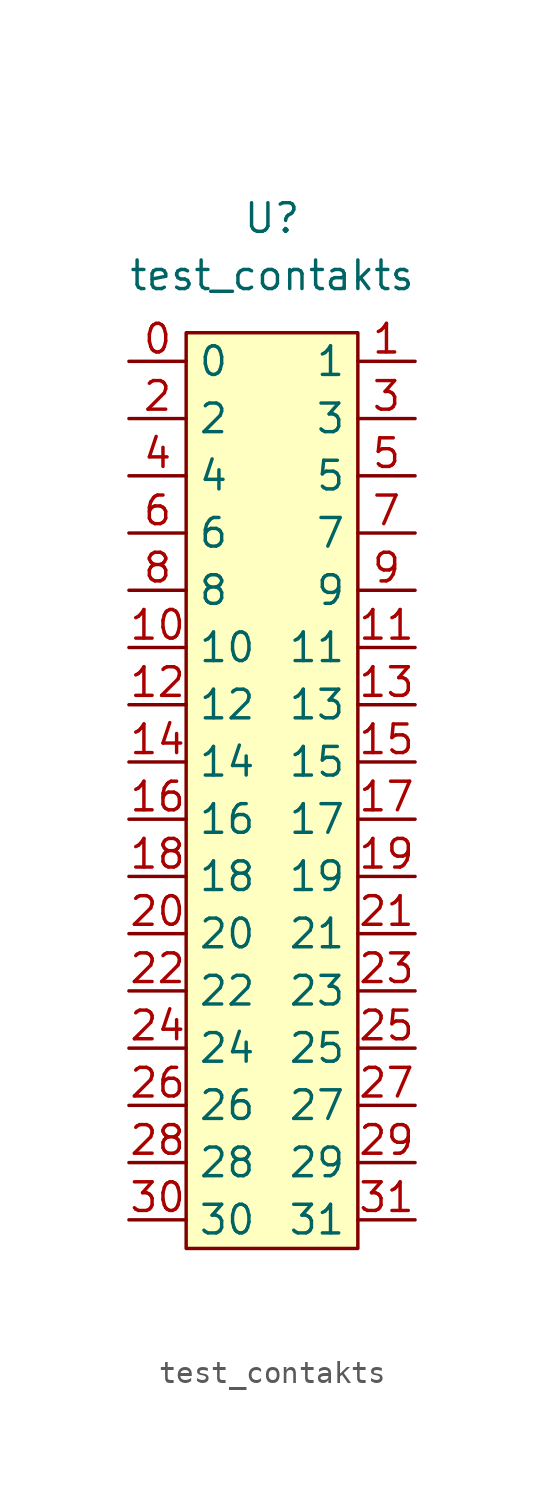
<source format=kicad_sym>
(kicad_symbol_lib
  (version 20211014)
  (generator kicad_symbol_editor)
  (symbol "test_contakts"
    (property "Reference" "U"
      (at 0 5.08 0)
      (effects (font (size 1.27 1.27))))
    (property "Value" "test_contakts"
      (at 0 2.54 0)
      (effects (font (size 1.27 1.27))))
    (symbol "test_contakts_0_1"
      (rectangle (start -3.81 0) (end 3.81 -40.64) (stroke (width 0) (type default) (color 0 0 0 0)) (fill (type background))))
    (symbol "test_contakts_1_1"
      (pin passive line (at -6.35 -1.27 0) (length 2.54) (name "0" (effects (font (size 1.27 1.27)))) (number "0" (effects (font (size 1.27 1.27)))))
      (pin passive line (at 6.35 -1.27 180) (length 2.54) (name "1" (effects (font (size 1.27 1.27)))) (number "1" (effects (font (size 1.27 1.27)))))
      (pin passive line (at -6.35 -13.97 0) (length 2.54) (name "10" (effects (font (size 1.27 1.27)))) (number "10" (effects (font (size 1.27 1.27)))))
      (pin passive line (at 6.35 -13.97 180) (length 2.54) (name "11" (effects (font (size 1.27 1.27)))) (number "11" (effects (font (size 1.27 1.27)))))
      (pin passive line (at -6.35 -16.51 0) (length 2.54) (name "12" (effects (font (size 1.27 1.27)))) (number "12" (effects (font (size 1.27 1.27)))))
      (pin passive line (at 6.35 -16.51 180) (length 2.54) (name "13" (effects (font (size 1.27 1.27)))) (number "13" (effects (font (size 1.27 1.27)))))
      (pin passive line (at -6.35 -19.05 0) (length 2.54) (name "14" (effects (font (size 1.27 1.27)))) (number "14" (effects (font (size 1.27 1.27)))))
      (pin passive line (at 6.35 -19.05 180) (length 2.54) (name "15" (effects (font (size 1.27 1.27)))) (number "15" (effects (font (size 1.27 1.27)))))
      (pin passive line (at -6.35 -21.59 0) (length 2.54) (name "16" (effects (font (size 1.27 1.27)))) (number "16" (effects (font (size 1.27 1.27)))))
      (pin passive line (at 6.35 -21.59 180) (length 2.54) (name "17" (effects (font (size 1.27 1.27)))) (number "17" (effects (font (size 1.27 1.27)))))
      (pin passive line (at -6.35 -24.13 0) (length 2.54) (name "18" (effects (font (size 1.27 1.27)))) (number "18" (effects (font (size 1.27 1.27)))))
      (pin passive line (at 6.35 -24.13 180) (length 2.54) (name "19" (effects (font (size 1.27 1.27)))) (number "19" (effects (font (size 1.27 1.27)))))
      (pin passive line (at -6.35 -3.81 0) (length 2.54) (name "2" (effects (font (size 1.27 1.27)))) (number "2" (effects (font (size 1.27 1.27)))))
      (pin passive line (at -6.35 -26.67 0) (length 2.54) (name "20" (effects (font (size 1.27 1.27)))) (number "20" (effects (font (size 1.27 1.27)))))
      (pin passive line (at 6.35 -26.67 180) (length 2.54) (name "21" (effects (font (size 1.27 1.27)))) (number "21" (effects (font (size 1.27 1.27)))))
      (pin passive line (at -6.35 -29.21 0) (length 2.54) (name "22" (effects (font (size 1.27 1.27)))) (number "22" (effects (font (size 1.27 1.27)))))
      (pin passive line (at 6.35 -29.21 180) (length 2.54) (name "23" (effects (font (size 1.27 1.27)))) (number "23" (effects (font (size 1.27 1.27)))))
      (pin passive line (at -6.35 -31.75 0) (length 2.54) (name "24" (effects (font (size 1.27 1.27)))) (number "24" (effects (font (size 1.27 1.27)))))
      (pin passive line (at 6.35 -31.75 180) (length 2.54) (name "25" (effects (font (size 1.27 1.27)))) (number "25" (effects (font (size 1.27 1.27)))))
      (pin passive line (at -6.35 -34.29 0) (length 2.54) (name "26" (effects (font (size 1.27 1.27)))) (number "26" (effects (font (size 1.27 1.27)))))
      (pin passive line (at 6.35 -34.29 180) (length 2.54) (name "27" (effects (font (size 1.27 1.27)))) (number "27" (effects (font (size 1.27 1.27)))))
      (pin passive line (at -6.35 -36.83 0) (length 2.54) (name "28" (effects (font (size 1.27 1.27)))) (number "28" (effects (font (size 1.27 1.27)))))
      (pin passive line (at 6.35 -36.83 180) (length 2.54) (name "29" (effects (font (size 1.27 1.27)))) (number "29" (effects (font (size 1.27 1.27)))))
      (pin passive line (at 6.35 -3.81 180) (length 2.54) (name "3" (effects (font (size 1.27 1.27)))) (number "3" (effects (font (size 1.27 1.27)))))
      (pin passive line (at -6.35 -39.37 0) (length 2.54) (name "30" (effects (font (size 1.27 1.27)))) (number "30" (effects (font (size 1.27 1.27)))))
      (pin passive line (at 6.35 -39.37 180) (length 2.54) (name "31" (effects (font (size 1.27 1.27)))) (number "31" (effects (font (size 1.27 1.27)))))
      (pin passive line (at -6.35 -6.35 0) (length 2.54) (name "4" (effects (font (size 1.27 1.27)))) (number "4" (effects (font (size 1.27 1.27)))))
      (pin passive line (at 6.35 -6.35 180) (length 2.54) (name "5" (effects (font (size 1.27 1.27)))) (number "5" (effects (font (size 1.27 1.27)))))
      (pin passive line (at -6.35 -8.89 0) (length 2.54) (name "6" (effects (font (size 1.27 1.27)))) (number "6" (effects (font (size 1.27 1.27)))))
      (pin passive line (at 6.35 -8.89 180) (length 2.54) (name "7" (effects (font (size 1.27 1.27)))) (number "7" (effects (font (size 1.27 1.27)))))
      (pin passive line (at -6.35 -11.43 0) (length 2.54) (name "8" (effects (font (size 1.27 1.27)))) (number "8" (effects (font (size 1.27 1.27)))))
      (pin passive line (at 6.35 -11.43 180) (length 2.54) (name "9" (effects (font (size 1.27 1.27)))) (number "9" (effects (font (size 1.27 1.27))))))))
</source>
